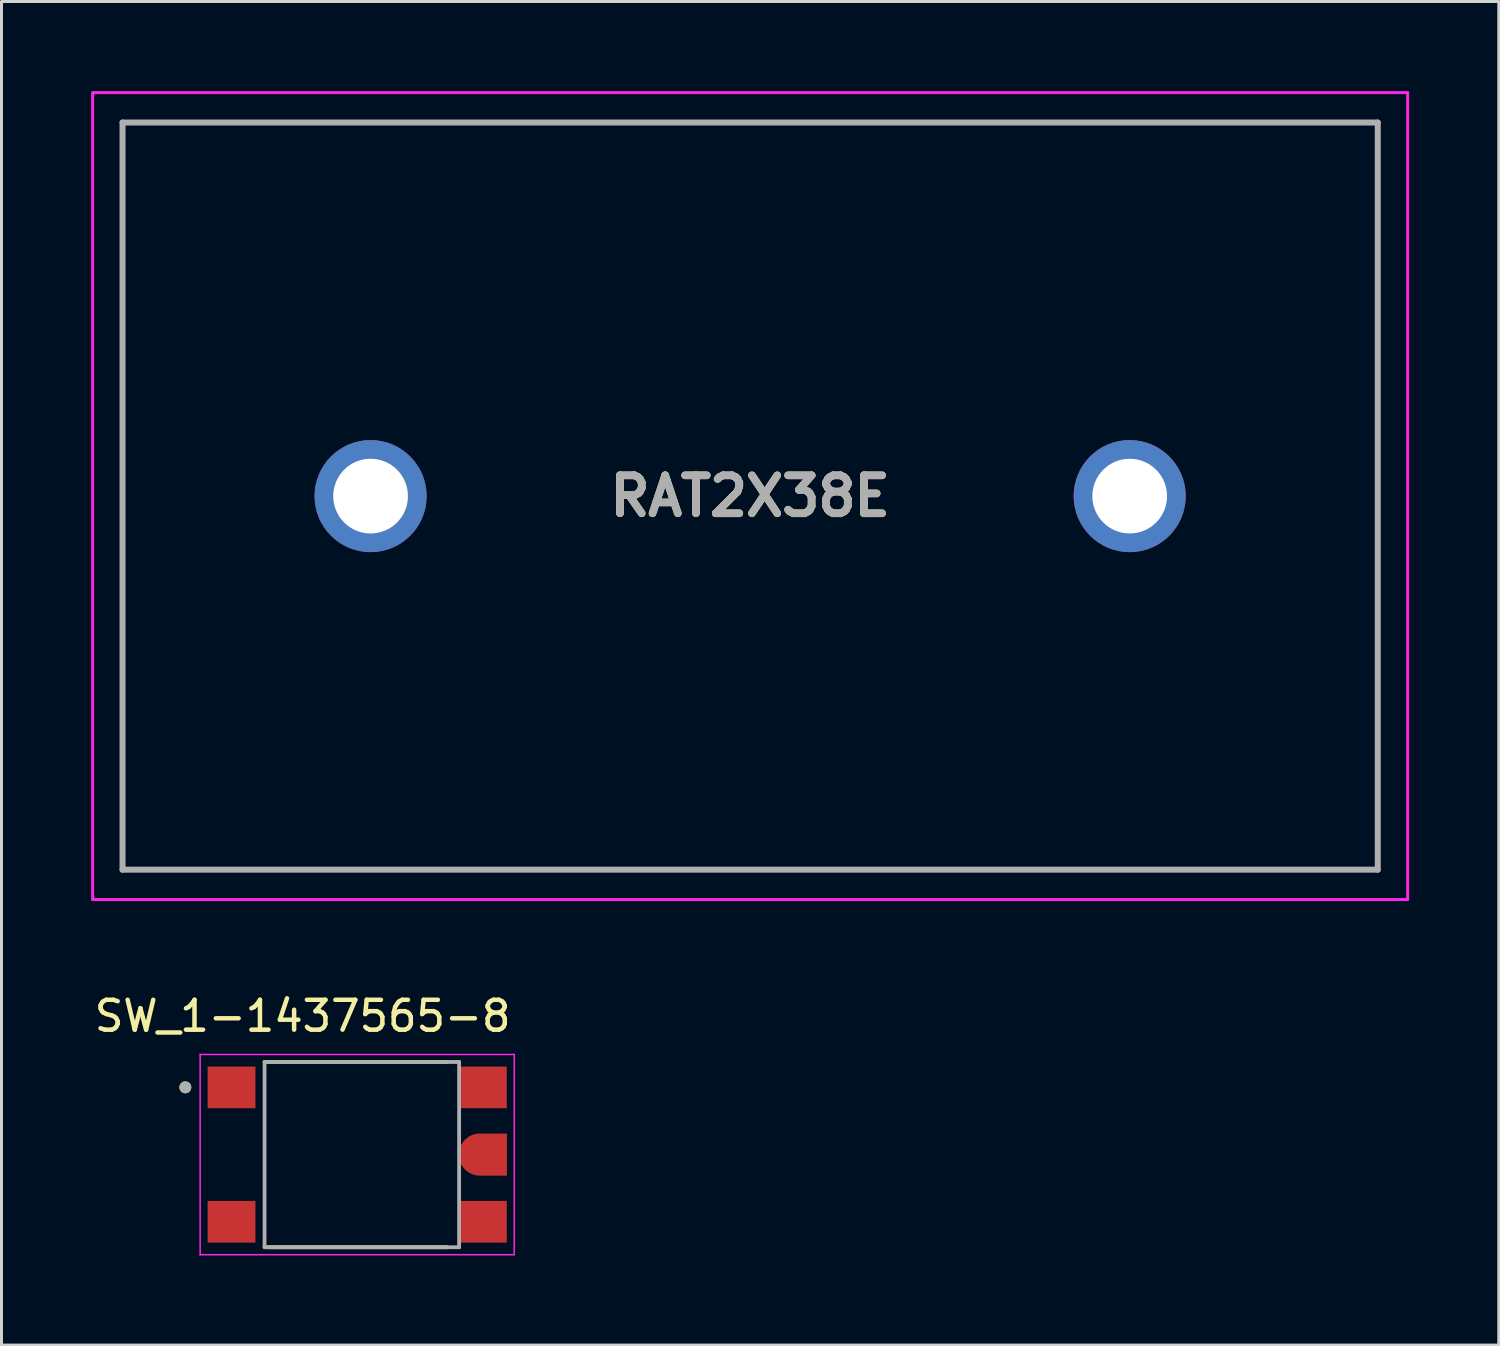
<source format=kicad_pcb>
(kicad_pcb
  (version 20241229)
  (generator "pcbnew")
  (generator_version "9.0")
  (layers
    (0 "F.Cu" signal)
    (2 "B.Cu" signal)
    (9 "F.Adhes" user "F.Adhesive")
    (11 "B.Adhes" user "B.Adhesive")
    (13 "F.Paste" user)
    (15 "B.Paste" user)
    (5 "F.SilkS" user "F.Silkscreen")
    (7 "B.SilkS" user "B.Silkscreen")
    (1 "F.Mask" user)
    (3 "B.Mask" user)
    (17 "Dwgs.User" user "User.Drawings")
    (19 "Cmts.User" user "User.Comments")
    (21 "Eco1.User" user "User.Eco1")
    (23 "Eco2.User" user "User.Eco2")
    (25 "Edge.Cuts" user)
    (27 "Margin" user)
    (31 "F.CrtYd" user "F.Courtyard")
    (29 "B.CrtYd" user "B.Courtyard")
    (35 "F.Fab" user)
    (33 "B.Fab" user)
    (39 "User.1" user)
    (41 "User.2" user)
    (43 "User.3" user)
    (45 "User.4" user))
  (footprint "RAT2X38E"
    (layer "F.Cu")
    (at 9.35 13.55)
    (property "Reference" "RAT2X38E" (at 12.7 0 0) (layer "F.SilkS") (effects (font (size 1.27 1.27) (thickness 0.254))))
    (attr through_hole)
    (fp_line (start -8.3 -12.5) (end 33.7 -12.5) (stroke (width 0.1) (type solid)) (layer "F.SilkS"))
    (fp_line (start -8.3 12.5) (end -8.3 -12.5) (stroke (width 0.1) (type solid)) (layer "F.SilkS"))
    (fp_line (start 33.7 -12.5) (end 33.7 12.5) (stroke (width 0.1) (type solid)) (layer "F.SilkS"))
    (fp_line (start 33.7 12.5) (end -8.3 12.5) (stroke (width 0.1) (type solid)) (layer "F.SilkS"))
    (fp_line (start -9.3 -13.5) (end 34.7 -13.5) (stroke (width 0.1) (type solid)) (layer "F.CrtYd"))
    (fp_line (start -9.3 13.5) (end -9.3 -13.5) (stroke (width 0.1) (type solid)) (layer "F.CrtYd"))
    (fp_line (start 34.7 -13.5) (end 34.7 13.5) (stroke (width 0.1) (type solid)) (layer "F.CrtYd"))
    (fp_line (start 34.7 13.5) (end -9.3 13.5) (stroke (width 0.1) (type solid)) (layer "F.CrtYd"))
    (fp_line (start -8.3 -12.5) (end 33.7 -12.5) (stroke (width 0.2) (type solid)) (layer "F.Fab"))
    (fp_line (start -8.3 12.5) (end -8.3 -12.5) (stroke (width 0.2) (type solid)) (layer "F.Fab"))
    (fp_line (start 33.7 -12.5) (end 33.7 12.5) (stroke (width 0.2) (type solid)) (layer "F.Fab"))
    (fp_line (start 33.7 12.5) (end -8.3 12.5) (stroke (width 0.2) (type solid)) (layer "F.Fab"))
    (fp_text user "${REFERENCE}" (at 12.7 0 0) (layer "F.Fab") (effects (font (size 1.27 1.27) (thickness 0.254))))
    (pad "1" thru_hole circle (at 0 0) (size 3.75 3.75) (drill 2.5) (layers "*.Cu" "*.Mask"))
    (pad "2" thru_hole circle (at 25.4 0) (size 3.75 3.75) (drill 2.5) (layers "*.Cu" "*.Mask")))
  (footprint "SW_1-1437565-8"
    (layer "F.Cu")
    (at 8.902 35.583)
    (property "Reference" "SW_1-1437565-8" (at -1.825 -4.635 0) (layer "F.SilkS") (effects (font (size 1 1) (thickness 0.15))))
    (attr smd)
    (fp_poly (pts (xy 3.305 -0.8) (xy 4.305 -0.8) (xy 4.389 -0.796) (xy 4.471 -0.783) (xy 4.552 -0.761) (xy 4.63 -0.731) (xy 4.705 -0.693) (xy 4.775 -0.647) (xy 4.84 -0.595) (xy 4.9 -0.535) (xy 4.952 -0.47) (xy 4.998 -0.4) (xy 5.036 -0.325) (xy 5.066 -0.247) (xy 5.088 -0.166) (xy 5.101 -0.084) (xy 5.105 0) (xy 5.101 0.084) (xy 5.088 0.166) (xy 5.066 0.247) (xy 5.036 0.325) (xy 4.998 0.4) (xy 4.952 0.47) (xy 4.9 0.535) (xy 4.84 0.595) (xy 4.775 0.647) (xy 4.705 0.693) (xy 4.63 0.731) (xy 4.552 0.761) (xy 4.471 0.783) (xy 4.389 0.796) (xy 4.305 0.8) (xy 3.305 0.8) (xy 3.305 -0.8)) (stroke (width 0.01) (type solid)) (fill yes) (layer "F.Mask"))
    (fp_line (start -2.995 -3.1) (end 2.995 -3.1) (stroke (width 0.127) (type solid)) (layer "F.SilkS"))
    (fp_line (start 2.995 3.1) (end -2.995 3.1) (stroke (width 0.127) (type solid)) (layer "F.SilkS"))
    (fp_circle (center -5.75 -2.25) (end -5.65 -2.25) (stroke (width 0.2) (type solid)) (fill no) (layer "F.SilkS"))
    (fp_poly (pts (xy 3.405 -0.7) (xy 4.305 -0.7) (xy 4.378 -0.696) (xy 4.451 -0.685) (xy 4.521 -0.666) (xy 4.59 -0.639) (xy 4.655 -0.606) (xy 4.716 -0.566) (xy 4.773 -0.52) (xy 4.825 -0.468) (xy 4.871 -0.411) (xy 4.911 -0.35) (xy 4.944 -0.285) (xy 4.971 -0.216) (xy 4.99 -0.146) (xy 5.001 -0.073) (xy 5.005 0) (xy 5.001 0.073) (xy 4.99 0.146) (xy 4.971 0.216) (xy 4.944 0.285) (xy 4.911 0.35) (xy 4.871 0.411) (xy 4.825 0.468) (xy 4.773 0.52) (xy 4.716 0.566) (xy 4.655 0.606) (xy 4.59 0.639) (xy 4.521 0.666) (xy 4.451 0.685) (xy 4.378 0.696) (xy 4.305 0.7) (xy 3.405 0.7) (xy 3.405 -0.7)) (stroke (width 0.01) (type solid)) (fill yes) (layer "F.Paste"))
    (fp_line (start -5.255 -3.35) (end 5.255 -3.35) (stroke (width 0.05) (type solid)) (layer "F.CrtYd"))
    (fp_line (start -5.255 3.35) (end -5.255 -3.35) (stroke (width 0.05) (type solid)) (layer "F.CrtYd"))
    (fp_line (start 5.255 -3.35) (end 5.255 3.35) (stroke (width 0.05) (type solid)) (layer "F.CrtYd"))
    (fp_line (start 5.255 3.35) (end -5.255 3.35) (stroke (width 0.05) (type solid)) (layer "F.CrtYd"))
    (fp_line (start -3.1 -3.1) (end 3.41 -3.1) (stroke (width 0.127) (type solid)) (layer "F.Fab"))
    (fp_line (start -3.1 3.1) (end -3.1 -3.1) (stroke (width 0.127) (type solid)) (layer "F.Fab"))
    (fp_line (start 3.41 -3.1) (end 3.41 3.1) (stroke (width 0.127) (type solid)) (layer "F.Fab"))
    (fp_line (start 3.41 3.1) (end -3.1 3.1) (stroke (width 0.127) (type solid)) (layer "F.Fab"))
    (fp_circle (center -5.75 -2.25) (end -5.65 -2.25) (stroke (width 0.2) (type solid)) (fill no) (layer "F.Fab"))
    (pad "1" smd rect (at -4.205 -2.248) (size 1.6 1.395) (layers "F.Cu" "F.Mask" "F.Paste"))
    (pad "2" smd rect (at 4.205 -2.248 180) (size 1.6 1.395) (layers "F.Cu" "F.Mask" "F.Paste"))
    (pad "3" smd rect (at -4.205 2.248) (size 1.6 1.395) (layers "F.Cu" "F.Mask" "F.Paste"))
    (pad "4" smd rect (at 4.205 2.248 180) (size 1.6 1.395) (layers "F.Cu" "F.Mask" "F.Paste"))
    (pad "5" smd custom (at 4.205 0 180) (size 0.5 0.5) (layers "F.Cu") (options (anchor rect)) (primitives (gr_poly (pts (xy -0.8 -0.7) (xy 0.1 -0.7) (xy 0.173 -0.696) (xy 0.246 -0.685) (xy 0.316 -0.666) (xy 0.385 -0.639) (xy 0.45 -0.606) (xy 0.511 -0.566) (xy 0.568 -0.52) (xy 0.62 -0.468) (xy 0.666 -0.411) (xy 0.706 -0.35) (xy 0.739 -0.285) (xy 0.766 -0.216) (xy 0.785 -0.146) (xy 0.796 -0.073) (xy 0.8 0) (xy 0.796 0.073) (xy 0.785 0.146) (xy 0.766 0.216) (xy 0.739 0.285) (xy 0.706 0.35) (xy 0.666 0.411) (xy 0.62 0.468) (xy 0.568 0.52) (xy 0.511 0.566) (xy 0.45 0.606) (xy 0.385 0.639) (xy 0.316 0.666) (xy 0.246 0.685) (xy 0.173 0.696) (xy 0.1 0.7) (xy -0.8 0.7) (xy -0.8 -0.7)) (width 0.01) (fill yes)))))
  (gr_rect
    (start -3 -3)
    (end 47.1 41.958)
    (stroke (width 0.1) (type default))
    (fill no)
    (layer "Edge.Cuts")))
</source>
